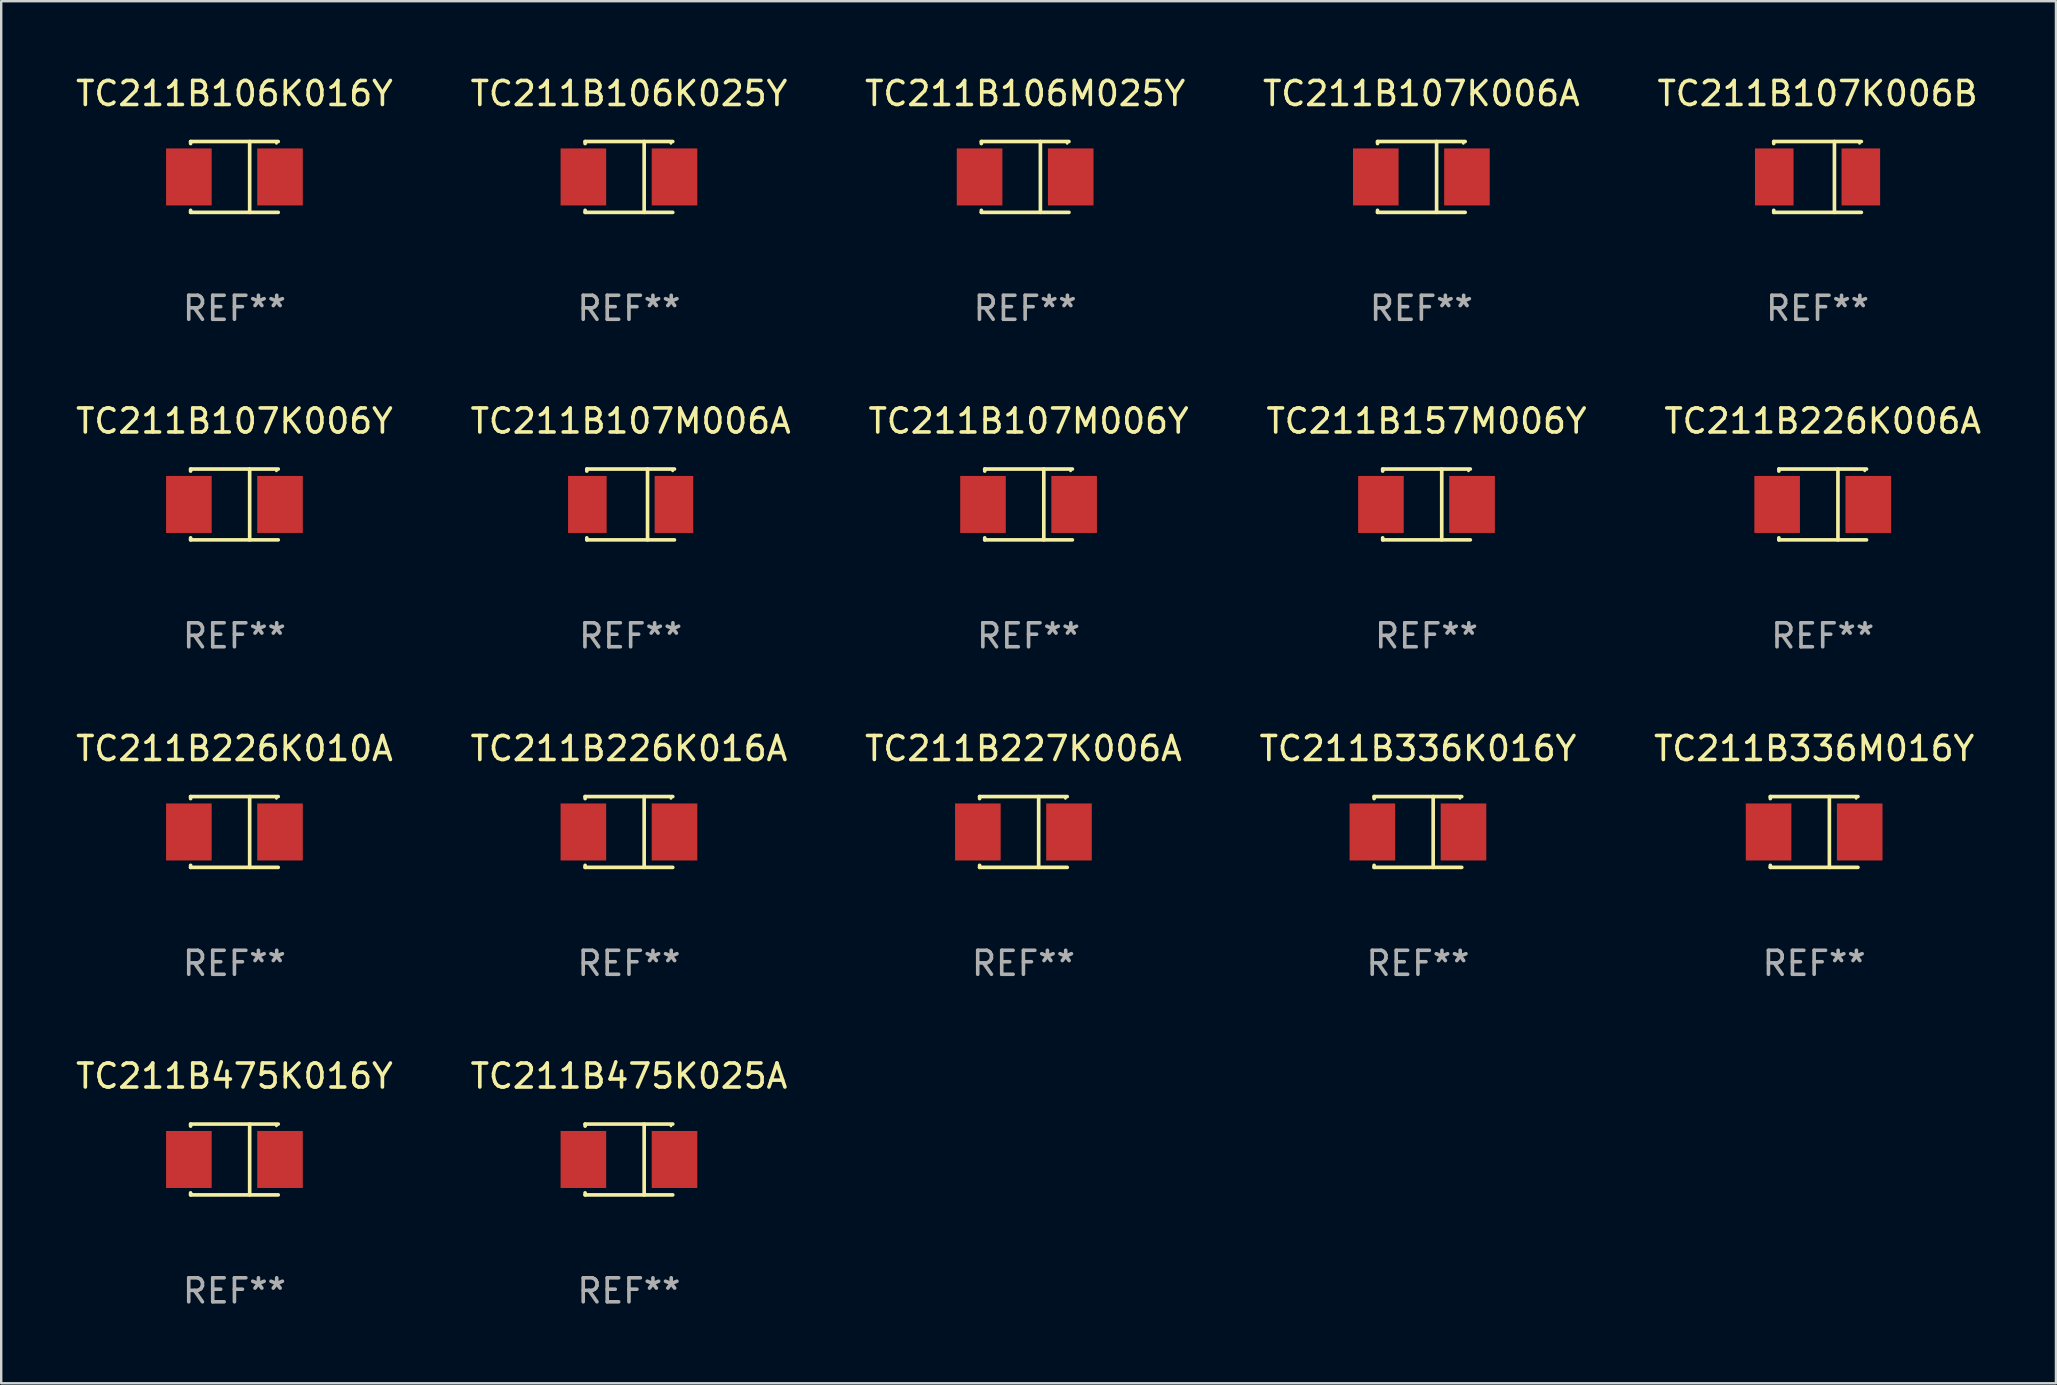
<source format=kicad_pcb>
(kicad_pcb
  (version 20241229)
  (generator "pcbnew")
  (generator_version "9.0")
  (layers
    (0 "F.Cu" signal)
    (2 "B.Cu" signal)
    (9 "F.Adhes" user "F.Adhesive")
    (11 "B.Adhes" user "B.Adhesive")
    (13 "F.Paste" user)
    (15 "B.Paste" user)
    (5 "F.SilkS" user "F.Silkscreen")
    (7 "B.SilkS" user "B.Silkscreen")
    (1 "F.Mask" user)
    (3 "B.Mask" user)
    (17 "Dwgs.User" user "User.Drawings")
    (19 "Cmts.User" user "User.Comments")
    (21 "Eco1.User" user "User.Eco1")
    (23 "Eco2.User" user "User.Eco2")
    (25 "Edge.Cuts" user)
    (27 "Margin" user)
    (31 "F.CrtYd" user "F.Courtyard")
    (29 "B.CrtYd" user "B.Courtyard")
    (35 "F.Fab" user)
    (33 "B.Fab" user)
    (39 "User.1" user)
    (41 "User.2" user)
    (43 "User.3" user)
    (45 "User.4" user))
  (footprint "TC211B226K016A"
    (layer "F.Cu")
    (at 23.161 31.622)
    (property "Reference" "TC211B226K016A" (at 0 -3.476 0) (layer "F.SilkS") (effects (font (size 1 1) (thickness 0.15))))
    (attr through_hole)
    (fp_line (start -1.826 -1.476) (end -1.826 -1.391) (stroke (width 0.152) (type solid)) (layer "F.SilkS"))
    (fp_line (start -1.826 -1.476) (end 1.826 -1.476) (stroke (width 0.152) (type solid)) (layer "F.SilkS"))
    (fp_line (start -1.826 1.476) (end -1.826 1.391) (stroke (width 0.152) (type solid)) (layer "F.SilkS"))
    (fp_line (start -1.826 1.476) (end 1.826 1.476) (stroke (width 0.152) (type solid)) (layer "F.SilkS"))
    (fp_line (start 0.635 -1.476) (end 0.635 1.476) (stroke (width 0.152) (type solid)) (layer "F.SilkS"))
    (fp_circle (center 1.75 -1.4) (end 1.78 -1.4) (stroke (width 0.06) (type solid)) (fill no) (layer "F.SilkS"))
    (fp_text user "REF**" (at 0 5.476 0) (layer "F.Fab") (effects (font (size 1 1) (thickness 0.15))))
    (pad "1" smd rect (at 1.899 0) (size 1.9 2.376) (layers "F.Cu" "F.Mask" "F.Paste"))
    (pad "2" smd rect (at -1.899 0) (size 1.9 2.376) (layers "F.Cu" "F.Mask" "F.Paste")))
  (footprint "TC211B336M016Y"
    (layer "F.Cu")
    (at 72.554 31.622)
    (property "Reference" "TC211B336M016Y" (at 0 -3.476 0) (layer "F.SilkS") (effects (font (size 1 1) (thickness 0.15))))
    (attr through_hole)
    (fp_line (start -1.826 -1.476) (end -1.826 -1.391) (stroke (width 0.152) (type solid)) (layer "F.SilkS"))
    (fp_line (start -1.826 -1.476) (end 1.826 -1.476) (stroke (width 0.152) (type solid)) (layer "F.SilkS"))
    (fp_line (start -1.826 1.476) (end -1.826 1.391) (stroke (width 0.152) (type solid)) (layer "F.SilkS"))
    (fp_line (start -1.826 1.476) (end 1.826 1.476) (stroke (width 0.152) (type solid)) (layer "F.SilkS"))
    (fp_line (start 0.635 -1.476) (end 0.635 1.476) (stroke (width 0.152) (type solid)) (layer "F.SilkS"))
    (fp_circle (center 1.75 -1.4) (end 1.78 -1.4) (stroke (width 0.06) (type solid)) (fill no) (layer "F.SilkS"))
    (fp_text user "REF**" (at 0 5.476 0) (layer "F.Fab") (effects (font (size 1 1) (thickness 0.15))))
    (pad "1" smd rect (at 1.899 0) (size 1.9 2.376) (layers "F.Cu" "F.Mask" "F.Paste"))
    (pad "2" smd rect (at -1.899 0) (size 1.9 2.376) (layers "F.Cu" "F.Mask" "F.Paste")))
  (footprint "TC211B226K006A"
    (layer "F.Cu")
    (at 72.911 17.973)
    (property "Reference" "TC211B226K006A" (at 0 -3.476 0) (layer "F.SilkS") (effects (font (size 1 1) (thickness 0.15))))
    (attr through_hole)
    (fp_line (start -1.826 -1.476) (end -1.826 -1.391) (stroke (width 0.152) (type solid)) (layer "F.SilkS"))
    (fp_line (start -1.826 -1.476) (end 1.826 -1.476) (stroke (width 0.152) (type solid)) (layer "F.SilkS"))
    (fp_line (start -1.826 1.476) (end -1.826 1.391) (stroke (width 0.152) (type solid)) (layer "F.SilkS"))
    (fp_line (start -1.826 1.476) (end 1.826 1.476) (stroke (width 0.152) (type solid)) (layer "F.SilkS"))
    (fp_line (start 0.635 -1.476) (end 0.635 1.476) (stroke (width 0.152) (type solid)) (layer "F.SilkS"))
    (fp_circle (center 1.75 -1.4) (end 1.78 -1.4) (stroke (width 0.06) (type solid)) (fill no) (layer "F.SilkS"))
    (fp_text user "REF**" (at 0 5.476 0) (layer "F.Fab") (effects (font (size 1 1) (thickness 0.15))))
    (pad "1" smd rect (at 1.899 0) (size 1.9 2.376) (layers "F.Cu" "F.Mask" "F.Paste"))
    (pad "2" smd rect (at -1.899 0) (size 1.9 2.376) (layers "F.Cu" "F.Mask" "F.Paste")))
  (footprint "TC211B106K016Y"
    (layer "F.Cu")
    (at 6.72 4.324)
    (property "Reference" "TC211B106K016Y" (at 0 -3.476 0) (layer "F.SilkS") (effects (font (size 1 1) (thickness 0.15))))
    (attr through_hole)
    (fp_line (start -1.826 -1.476) (end -1.826 -1.391) (stroke (width 0.152) (type solid)) (layer "F.SilkS"))
    (fp_line (start -1.826 -1.476) (end 1.826 -1.476) (stroke (width 0.152) (type solid)) (layer "F.SilkS"))
    (fp_line (start -1.826 1.476) (end -1.826 1.391) (stroke (width 0.152) (type solid)) (layer "F.SilkS"))
    (fp_line (start -1.826 1.476) (end 1.826 1.476) (stroke (width 0.152) (type solid)) (layer "F.SilkS"))
    (fp_line (start 0.635 -1.476) (end 0.635 1.476) (stroke (width 0.152) (type solid)) (layer "F.SilkS"))
    (fp_circle (center 1.75 -1.4) (end 1.78 -1.4) (stroke (width 0.06) (type solid)) (fill no) (layer "F.SilkS"))
    (fp_text user "REF**" (at 0 5.476 0) (layer "F.Fab") (effects (font (size 1 1) (thickness 0.15))))
    (pad "1" smd rect (at 1.899 0) (size 1.9 2.376) (layers "F.Cu" "F.Mask" "F.Paste"))
    (pad "2" smd rect (at -1.899 0) (size 1.9 2.376) (layers "F.Cu" "F.Mask" "F.Paste")))
  (footprint "TC211B107M006Y"
    (layer "F.Cu")
    (at 39.815 17.973)
    (property "Reference" "TC211B107M006Y" (at 0 -3.476 0) (layer "F.SilkS") (effects (font (size 1 1) (thickness 0.15))))
    (attr through_hole)
    (fp_line (start -1.826 -1.476) (end -1.826 -1.391) (stroke (width 0.152) (type solid)) (layer "F.SilkS"))
    (fp_line (start -1.826 -1.476) (end 1.826 -1.476) (stroke (width 0.152) (type solid)) (layer "F.SilkS"))
    (fp_line (start -1.826 1.476) (end -1.826 1.391) (stroke (width 0.152) (type solid)) (layer "F.SilkS"))
    (fp_line (start -1.826 1.476) (end 1.826 1.476) (stroke (width 0.152) (type solid)) (layer "F.SilkS"))
    (fp_line (start 0.635 -1.476) (end 0.635 1.476) (stroke (width 0.152) (type solid)) (layer "F.SilkS"))
    (fp_circle (center 1.75 -1.4) (end 1.78 -1.4) (stroke (width 0.06) (type solid)) (fill no) (layer "F.SilkS"))
    (fp_text user "REF**" (at 0 5.476 0) (layer "F.Fab") (effects (font (size 1 1) (thickness 0.15))))
    (pad "1" smd rect (at 1.899 0) (size 1.9 2.376) (layers "F.Cu" "F.Mask" "F.Paste"))
    (pad "2" smd rect (at -1.899 0) (size 1.9 2.376) (layers "F.Cu" "F.Mask" "F.Paste")))
  (footprint "TC211B107K006B"
    (layer "F.Cu")
    (at 72.696 4.324)
    (property "Reference" "TC211B107K006B" (at 0 -3.476 0) (layer "F.SilkS") (effects (font (size 1 1) (thickness 0.15))))
    (attr through_hole)
    (fp_line (start -1.826 -1.476) (end -1.826 -1.391) (stroke (width 0.152) (type solid)) (layer "F.SilkS"))
    (fp_line (start -1.826 -1.476) (end 1.826 -1.476) (stroke (width 0.152) (type solid)) (layer "F.SilkS"))
    (fp_line (start -1.826 1.476) (end -1.826 1.391) (stroke (width 0.152) (type solid)) (layer "F.SilkS"))
    (fp_line (start -1.826 1.476) (end 1.826 1.476) (stroke (width 0.152) (type solid)) (layer "F.SilkS"))
    (fp_line (start 0.704 -1.476) (end 0.704 1.476) (stroke (width 0.152) (type solid)) (layer "F.SilkS"))
    (fp_circle (center 1.75 -1.4) (end 1.78 -1.4) (stroke (width 0.06) (type solid)) (fill no) (layer "F.SilkS"))
    (fp_text user "REF**" (at 0 5.476 0) (layer "F.Fab") (effects (font (size 1 1) (thickness 0.15))))
    (pad "1" smd rect (at 1.804 0) (size 1.607 2.376) (layers "F.Cu" "F.Mask" "F.Paste"))
    (pad "2" smd rect (at -1.804 0) (size 1.607 2.376) (layers "F.Cu" "F.Mask" "F.Paste")))
  (footprint "TC211B475K016Y"
    (layer "F.Cu")
    (at 6.72 45.271)
    (property "Reference" "TC211B475K016Y" (at 0 -3.476 0) (layer "F.SilkS") (effects (font (size 1 1) (thickness 0.15))))
    (attr through_hole)
    (fp_line (start -1.826 -1.476) (end -1.826 -1.391) (stroke (width 0.152) (type solid)) (layer "F.SilkS"))
    (fp_line (start -1.826 -1.476) (end 1.826 -1.476) (stroke (width 0.152) (type solid)) (layer "F.SilkS"))
    (fp_line (start -1.826 1.476) (end -1.826 1.391) (stroke (width 0.152) (type solid)) (layer "F.SilkS"))
    (fp_line (start -1.826 1.476) (end 1.826 1.476) (stroke (width 0.152) (type solid)) (layer "F.SilkS"))
    (fp_line (start 0.635 -1.476) (end 0.635 1.476) (stroke (width 0.152) (type solid)) (layer "F.SilkS"))
    (fp_circle (center 1.75 -1.4) (end 1.78 -1.4) (stroke (width 0.06) (type solid)) (fill no) (layer "F.SilkS"))
    (fp_text user "REF**" (at 0 5.476 0) (layer "F.Fab") (effects (font (size 1 1) (thickness 0.15))))
    (pad "1" smd rect (at 1.899 0) (size 1.9 2.376) (layers "F.Cu" "F.Mask" "F.Paste"))
    (pad "2" smd rect (at -1.899 0) (size 1.9 2.376) (layers "F.Cu" "F.Mask" "F.Paste")))
  (footprint "TC211B106M025Y"
    (layer "F.Cu")
    (at 39.673 4.324)
    (property "Reference" "TC211B106M025Y" (at 0 -3.476 0) (layer "F.SilkS") (effects (font (size 1 1) (thickness 0.15))))
    (attr through_hole)
    (fp_line (start -1.826 -1.476) (end -1.826 -1.391) (stroke (width 0.152) (type solid)) (layer "F.SilkS"))
    (fp_line (start -1.826 -1.476) (end 1.826 -1.476) (stroke (width 0.152) (type solid)) (layer "F.SilkS"))
    (fp_line (start -1.826 1.476) (end -1.826 1.391) (stroke (width 0.152) (type solid)) (layer "F.SilkS"))
    (fp_line (start -1.826 1.476) (end 1.826 1.476) (stroke (width 0.152) (type solid)) (layer "F.SilkS"))
    (fp_line (start 0.635 -1.476) (end 0.635 1.476) (stroke (width 0.152) (type solid)) (layer "F.SilkS"))
    (fp_circle (center 1.75 -1.4) (end 1.78 -1.4) (stroke (width 0.06) (type solid)) (fill no) (layer "F.SilkS"))
    (fp_text user "REF**" (at 0 5.476 0) (layer "F.Fab") (effects (font (size 1 1) (thickness 0.15))))
    (pad "1" smd rect (at 1.899 0) (size 1.9 2.376) (layers "F.Cu" "F.Mask" "F.Paste"))
    (pad "2" smd rect (at -1.899 0) (size 1.9 2.376) (layers "F.Cu" "F.Mask" "F.Paste")))
  (footprint "TC211B227K006A"
    (layer "F.Cu")
    (at 39.601 31.622)
    (property "Reference" "TC211B227K006A" (at 0 -3.476 0) (layer "F.SilkS") (effects (font (size 1 1) (thickness 0.15))))
    (attr through_hole)
    (fp_line (start -1.826 -1.476) (end -1.826 -1.391) (stroke (width 0.152) (type solid)) (layer "F.SilkS"))
    (fp_line (start -1.826 -1.476) (end 1.826 -1.476) (stroke (width 0.152) (type solid)) (layer "F.SilkS"))
    (fp_line (start -1.826 1.476) (end -1.826 1.391) (stroke (width 0.152) (type solid)) (layer "F.SilkS"))
    (fp_line (start -1.826 1.476) (end 1.826 1.476) (stroke (width 0.152) (type solid)) (layer "F.SilkS"))
    (fp_line (start 0.635 -1.476) (end 0.635 1.476) (stroke (width 0.152) (type solid)) (layer "F.SilkS"))
    (fp_circle (center 1.75 -1.4) (end 1.78 -1.4) (stroke (width 0.06) (type solid)) (fill no) (layer "F.SilkS"))
    (fp_text user "REF**" (at 0 5.476 0) (layer "F.Fab") (effects (font (size 1 1) (thickness 0.15))))
    (pad "1" smd rect (at 1.899 0) (size 1.9 2.376) (layers "F.Cu" "F.Mask" "F.Paste"))
    (pad "2" smd rect (at -1.899 0) (size 1.9 2.376) (layers "F.Cu" "F.Mask" "F.Paste")))
  (footprint "TC211B107M006A"
    (layer "F.Cu")
    (at 23.232 17.973)
    (property "Reference" "TC211B107M006A" (at 0 -3.476 0) (layer "F.SilkS") (effects (font (size 1 1) (thickness 0.15))))
    (attr through_hole)
    (fp_line (start -1.826 -1.476) (end -1.826 -1.391) (stroke (width 0.152) (type solid)) (layer "F.SilkS"))
    (fp_line (start -1.826 -1.476) (end 1.826 -1.476) (stroke (width 0.152) (type solid)) (layer "F.SilkS"))
    (fp_line (start -1.826 1.476) (end -1.826 1.391) (stroke (width 0.152) (type solid)) (layer "F.SilkS"))
    (fp_line (start -1.826 1.476) (end 1.826 1.476) (stroke (width 0.152) (type solid)) (layer "F.SilkS"))
    (fp_line (start 0.704 -1.476) (end 0.704 1.476) (stroke (width 0.152) (type solid)) (layer "F.SilkS"))
    (fp_circle (center 1.75 -1.4) (end 1.78 -1.4) (stroke (width 0.06) (type solid)) (fill no) (layer "F.SilkS"))
    (fp_text user "REF**" (at 0 5.476 0) (layer "F.Fab") (effects (font (size 1 1) (thickness 0.15))))
    (pad "1" smd rect (at 1.804 0) (size 1.607 2.376) (layers "F.Cu" "F.Mask" "F.Paste"))
    (pad "2" smd rect (at -1.804 0) (size 1.607 2.376) (layers "F.Cu" "F.Mask" "F.Paste")))
  (footprint "TC211B336K016Y"
    (layer "F.Cu")
    (at 56.042 31.622)
    (property "Reference" "TC211B336K016Y" (at 0 -3.476 0) (layer "F.SilkS") (effects (font (size 1 1) (thickness 0.15))))
    (attr through_hole)
    (fp_line (start -1.826 -1.476) (end -1.826 -1.391) (stroke (width 0.152) (type solid)) (layer "F.SilkS"))
    (fp_line (start -1.826 -1.476) (end 1.826 -1.476) (stroke (width 0.152) (type solid)) (layer "F.SilkS"))
    (fp_line (start -1.826 1.476) (end -1.826 1.391) (stroke (width 0.152) (type solid)) (layer "F.SilkS"))
    (fp_line (start -1.826 1.476) (end 1.826 1.476) (stroke (width 0.152) (type solid)) (layer "F.SilkS"))
    (fp_line (start 0.635 -1.476) (end 0.635 1.476) (stroke (width 0.152) (type solid)) (layer "F.SilkS"))
    (fp_circle (center 1.75 -1.4) (end 1.78 -1.4) (stroke (width 0.06) (type solid)) (fill no) (layer "F.SilkS"))
    (fp_text user "REF**" (at 0 5.476 0) (layer "F.Fab") (effects (font (size 1 1) (thickness 0.15))))
    (pad "1" smd rect (at 1.899 0) (size 1.9 2.376) (layers "F.Cu" "F.Mask" "F.Paste"))
    (pad "2" smd rect (at -1.899 0) (size 1.9 2.376) (layers "F.Cu" "F.Mask" "F.Paste")))
  (footprint "TC211B107K006A"
    (layer "F.Cu")
    (at 56.185 4.324)
    (property "Reference" "TC211B107K006A" (at 0 -3.476 0) (layer "F.SilkS") (effects (font (size 1 1) (thickness 0.15))))
    (attr through_hole)
    (fp_line (start -1.826 -1.476) (end -1.826 -1.391) (stroke (width 0.152) (type solid)) (layer "F.SilkS"))
    (fp_line (start -1.826 -1.476) (end 1.826 -1.476) (stroke (width 0.152) (type solid)) (layer "F.SilkS"))
    (fp_line (start -1.826 1.476) (end -1.826 1.391) (stroke (width 0.152) (type solid)) (layer "F.SilkS"))
    (fp_line (start -1.826 1.476) (end 1.826 1.476) (stroke (width 0.152) (type solid)) (layer "F.SilkS"))
    (fp_line (start 0.635 -1.476) (end 0.635 1.476) (stroke (width 0.152) (type solid)) (layer "F.SilkS"))
    (fp_circle (center 1.75 -1.4) (end 1.78 -1.4) (stroke (width 0.06) (type solid)) (fill no) (layer "F.SilkS"))
    (fp_text user "REF**" (at 0 5.476 0) (layer "F.Fab") (effects (font (size 1 1) (thickness 0.15))))
    (pad "1" smd rect (at 1.899 0) (size 1.9 2.376) (layers "F.Cu" "F.Mask" "F.Paste"))
    (pad "2" smd rect (at -1.899 0) (size 1.9 2.376) (layers "F.Cu" "F.Mask" "F.Paste")))
  (footprint "TC211B226K010A"
    (layer "F.Cu")
    (at 6.72 31.622)
    (property "Reference" "TC211B226K010A" (at 0 -3.476 0) (layer "F.SilkS") (effects (font (size 1 1) (thickness 0.15))))
    (attr through_hole)
    (fp_line (start -1.826 -1.476) (end -1.826 -1.391) (stroke (width 0.152) (type solid)) (layer "F.SilkS"))
    (fp_line (start -1.826 -1.476) (end 1.826 -1.476) (stroke (width 0.152) (type solid)) (layer "F.SilkS"))
    (fp_line (start -1.826 1.476) (end -1.826 1.391) (stroke (width 0.152) (type solid)) (layer "F.SilkS"))
    (fp_line (start -1.826 1.476) (end 1.826 1.476) (stroke (width 0.152) (type solid)) (layer "F.SilkS"))
    (fp_line (start 0.635 -1.476) (end 0.635 1.476) (stroke (width 0.152) (type solid)) (layer "F.SilkS"))
    (fp_circle (center 1.75 -1.4) (end 1.78 -1.4) (stroke (width 0.06) (type solid)) (fill no) (layer "F.SilkS"))
    (fp_text user "REF**" (at 0 5.476 0) (layer "F.Fab") (effects (font (size 1 1) (thickness 0.15))))
    (pad "1" smd rect (at 1.899 0) (size 1.9 2.376) (layers "F.Cu" "F.Mask" "F.Paste"))
    (pad "2" smd rect (at -1.899 0) (size 1.9 2.376) (layers "F.Cu" "F.Mask" "F.Paste")))
  (footprint "TC211B106K025Y"
    (layer "F.Cu")
    (at 23.161 4.324)
    (property "Reference" "TC211B106K025Y" (at 0 -3.476 0) (layer "F.SilkS") (effects (font (size 1 1) (thickness 0.15))))
    (attr through_hole)
    (fp_line (start -1.826 -1.476) (end -1.826 -1.391) (stroke (width 0.152) (type solid)) (layer "F.SilkS"))
    (fp_line (start -1.826 -1.476) (end 1.826 -1.476) (stroke (width 0.152) (type solid)) (layer "F.SilkS"))
    (fp_line (start -1.826 1.476) (end -1.826 1.391) (stroke (width 0.152) (type solid)) (layer "F.SilkS"))
    (fp_line (start -1.826 1.476) (end 1.826 1.476) (stroke (width 0.152) (type solid)) (layer "F.SilkS"))
    (fp_line (start 0.635 -1.476) (end 0.635 1.476) (stroke (width 0.152) (type solid)) (layer "F.SilkS"))
    (fp_circle (center 1.75 -1.4) (end 1.78 -1.4) (stroke (width 0.06) (type solid)) (fill no) (layer "F.SilkS"))
    (fp_text user "REF**" (at 0 5.476 0) (layer "F.Fab") (effects (font (size 1 1) (thickness 0.15))))
    (pad "1" smd rect (at 1.899 0) (size 1.9 2.376) (layers "F.Cu" "F.Mask" "F.Paste"))
    (pad "2" smd rect (at -1.899 0) (size 1.9 2.376) (layers "F.Cu" "F.Mask" "F.Paste")))
  (footprint "TC211B475K025A"
    (layer "F.Cu")
    (at 23.161 45.271)
    (property "Reference" "TC211B475K025A" (at 0 -3.476 0) (layer "F.SilkS") (effects (font (size 1 1) (thickness 0.15))))
    (attr through_hole)
    (fp_line (start -1.826 -1.476) (end -1.826 -1.391) (stroke (width 0.152) (type solid)) (layer "F.SilkS"))
    (fp_line (start -1.826 -1.476) (end 1.826 -1.476) (stroke (width 0.152) (type solid)) (layer "F.SilkS"))
    (fp_line (start -1.826 1.476) (end -1.826 1.391) (stroke (width 0.152) (type solid)) (layer "F.SilkS"))
    (fp_line (start -1.826 1.476) (end 1.826 1.476) (stroke (width 0.152) (type solid)) (layer "F.SilkS"))
    (fp_line (start 0.635 -1.476) (end 0.635 1.476) (stroke (width 0.152) (type solid)) (layer "F.SilkS"))
    (fp_circle (center 1.75 -1.4) (end 1.78 -1.4) (stroke (width 0.06) (type solid)) (fill no) (layer "F.SilkS"))
    (fp_text user "REF**" (at 0 5.476 0) (layer "F.Fab") (effects (font (size 1 1) (thickness 0.15))))
    (pad "1" smd rect (at 1.899 0) (size 1.9 2.376) (layers "F.Cu" "F.Mask" "F.Paste"))
    (pad "2" smd rect (at -1.899 0) (size 1.9 2.376) (layers "F.Cu" "F.Mask" "F.Paste")))
  (footprint "TC211B107K006Y"
    (layer "F.Cu")
    (at 6.72 17.973)
    (property "Reference" "TC211B107K006Y" (at 0 -3.476 0) (layer "F.SilkS") (effects (font (size 1 1) (thickness 0.15))))
    (attr through_hole)
    (fp_line (start -1.826 -1.476) (end -1.826 -1.391) (stroke (width 0.152) (type solid)) (layer "F.SilkS"))
    (fp_line (start -1.826 -1.476) (end 1.826 -1.476) (stroke (width 0.152) (type solid)) (layer "F.SilkS"))
    (fp_line (start -1.826 1.476) (end -1.826 1.391) (stroke (width 0.152) (type solid)) (layer "F.SilkS"))
    (fp_line (start -1.826 1.476) (end 1.826 1.476) (stroke (width 0.152) (type solid)) (layer "F.SilkS"))
    (fp_line (start 0.635 -1.476) (end 0.635 1.476) (stroke (width 0.152) (type solid)) (layer "F.SilkS"))
    (fp_circle (center 1.75 -1.4) (end 1.78 -1.4) (stroke (width 0.06) (type solid)) (fill no) (layer "F.SilkS"))
    (fp_text user "REF**" (at 0 5.476 0) (layer "F.Fab") (effects (font (size 1 1) (thickness 0.15))))
    (pad "1" smd rect (at 1.899 0) (size 1.9 2.376) (layers "F.Cu" "F.Mask" "F.Paste"))
    (pad "2" smd rect (at -1.899 0) (size 1.9 2.376) (layers "F.Cu" "F.Mask" "F.Paste")))
  (footprint "TC211B157M006Y"
    (layer "F.Cu")
    (at 56.399 17.973)
    (property "Reference" "TC211B157M006Y" (at 0 -3.476 0) (layer "F.SilkS") (effects (font (size 1 1) (thickness 0.15))))
    (attr through_hole)
    (fp_line (start -1.826 -1.476) (end -1.826 -1.391) (stroke (width 0.152) (type solid)) (layer "F.SilkS"))
    (fp_line (start -1.826 -1.476) (end 1.826 -1.476) (stroke (width 0.152) (type solid)) (layer "F.SilkS"))
    (fp_line (start -1.826 1.476) (end -1.826 1.391) (stroke (width 0.152) (type solid)) (layer "F.SilkS"))
    (fp_line (start -1.826 1.476) (end 1.826 1.476) (stroke (width 0.152) (type solid)) (layer "F.SilkS"))
    (fp_line (start 0.635 -1.476) (end 0.635 1.476) (stroke (width 0.152) (type solid)) (layer "F.SilkS"))
    (fp_circle (center 1.75 -1.4) (end 1.78 -1.4) (stroke (width 0.06) (type solid)) (fill no) (layer "F.SilkS"))
    (fp_text user "REF**" (at 0 5.476 0) (layer "F.Fab") (effects (font (size 1 1) (thickness 0.15))))
    (pad "1" smd rect (at 1.899 0) (size 1.9 2.376) (layers "F.Cu" "F.Mask" "F.Paste"))
    (pad "2" smd rect (at -1.899 0) (size 1.9 2.376) (layers "F.Cu" "F.Mask" "F.Paste")))
  (gr_rect
    (start -3 -3)
    (end 82.631 54.596)
    (stroke (width 0.1) (type default))
    (fill no)
    (layer "Edge.Cuts")))
</source>
